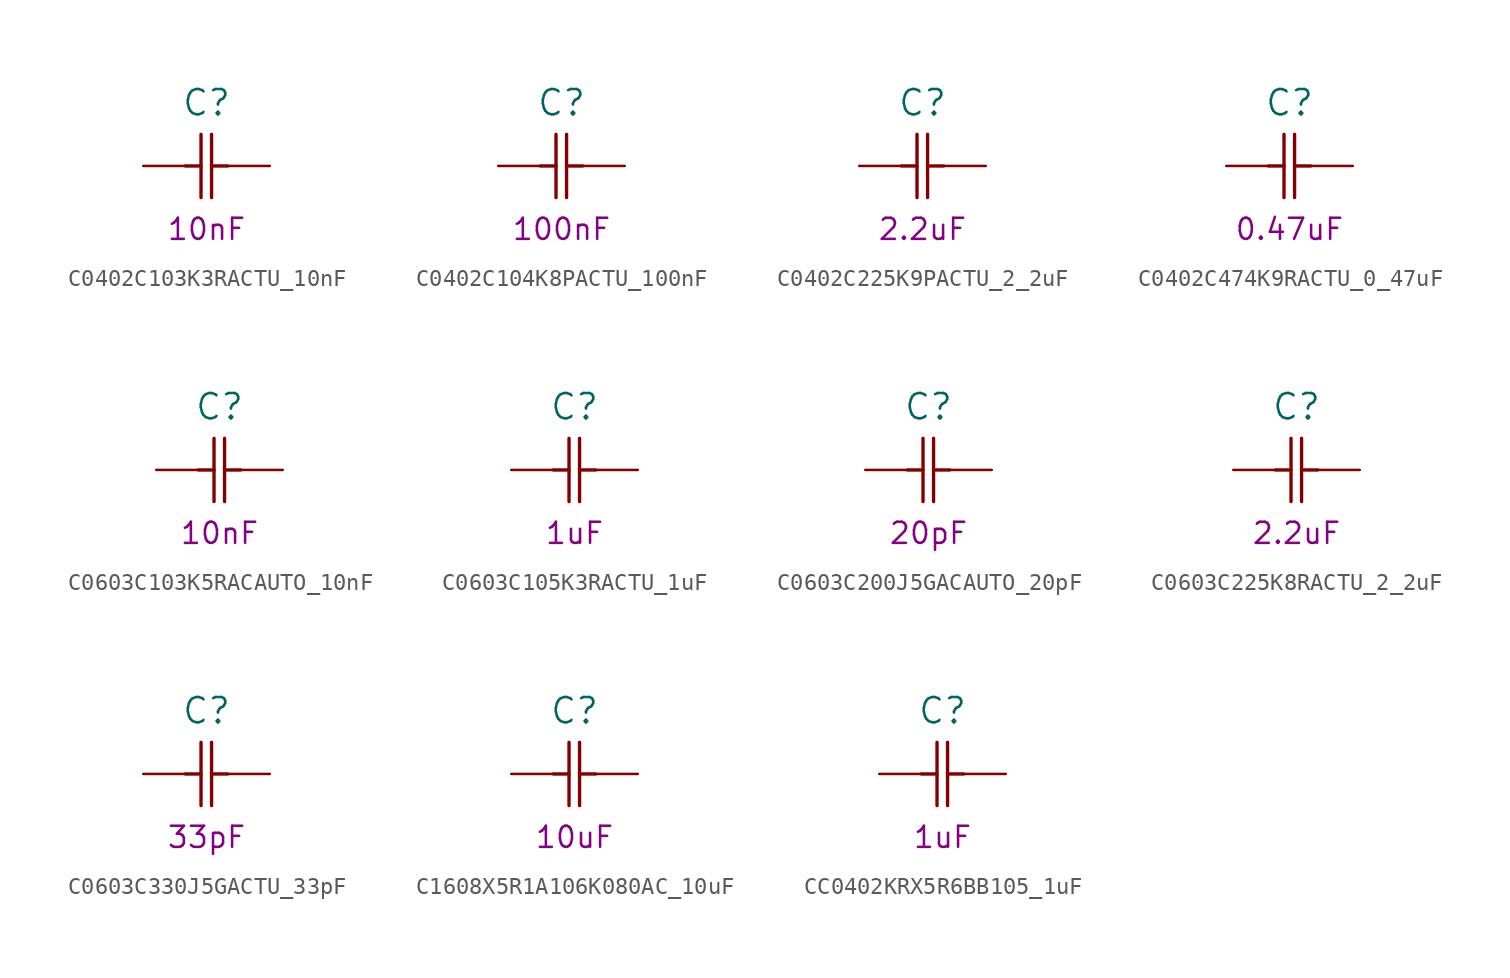
<source format=kicad_sym>
(kicad_symbol_lib
  (version 20211014)
  (generator kicad_symbol_editor)
  (symbol "C0402C103K3RACTU_10nF"
    (pin_numbers hide)
    (pin_names
      (offset 1.651) hide)
    (property "Reference" "C"
      (at 3.81 3.81 0)
      (effects (font (size 1.524 1.524))))
    (property "Datasheet" ""
      (at 0 0 0)
      (effects (font (size 1.524 1.524))))
    (property "Valeur" "10nF"
      (at 3.81 -3.81 0)
      (effects (font (size 1.27 1.27))))
    (symbol "C0402C103K3RACTU_10nF_1_1"
      (polyline (pts (xy 2.54 0) (xy 3.48 0)) (stroke (width 0.203) (type default) (color 0 0 0 0)) (fill (type none)))
      (polyline (pts (xy 3.48 -1.905) (xy 3.48 1.905)) (stroke (width 0.203) (type default) (color 0 0 0 0)) (fill (type none)))
      (polyline (pts (xy 4.115 -1.905) (xy 4.115 1.905)) (stroke (width 0.203) (type default) (color 0 0 0 0)) (fill (type none)))
      (polyline (pts (xy 4.115 0) (xy 5.08 0)) (stroke (width 0.203) (type default) (color 0 0 0 0)) (fill (type none)))
      (pin unspecified line (at 0 0 0) (length 2.54) (name "1" (effects (font (size 1.499 1.499)))) (number "1" (effects (font (size 1.499 1.499)))))
      (pin unspecified line (at 7.62 0 180) (length 2.54) (name "2" (effects (font (size 1.499 1.499)))) (number "2" (effects (font (size 1.499 1.499)))))))
  (symbol "C0402C104K8PACTU_100nF"
    (pin_numbers hide)
    (pin_names
      (offset 1.651) hide)
    (property "Reference" "C"
      (at 3.81 3.81 0)
      (effects (font (size 1.524 1.524))))
    (property "Valeur" "100nF"
      (at 3.81 -3.81 0)
      (effects (font (size 1.27 1.27))))
    (symbol "C0402C104K8PACTU_100nF_1_1"
      (polyline (pts (xy 2.54 0) (xy 3.48 0)) (stroke (width 0.203) (type default) (color 0 0 0 0)) (fill (type none)))
      (polyline (pts (xy 3.48 -1.905) (xy 3.48 1.905)) (stroke (width 0.203) (type default) (color 0 0 0 0)) (fill (type none)))
      (polyline (pts (xy 4.115 -1.905) (xy 4.115 1.905)) (stroke (width 0.203) (type default) (color 0 0 0 0)) (fill (type none)))
      (polyline (pts (xy 4.115 0) (xy 5.08 0)) (stroke (width 0.203) (type default) (color 0 0 0 0)) (fill (type none)))
      (pin unspecified line (at 0 0 0) (length 2.54) (name "1" (effects (font (size 1.499 1.499)))) (number "1" (effects (font (size 1.499 1.499)))))
      (pin unspecified line (at 7.62 0 180) (length 2.54) (name "2" (effects (font (size 1.499 1.499)))) (number "2" (effects (font (size 1.499 1.499)))))))
  (symbol "C0402C225K9PACTU_2_2uF"
    (pin_numbers hide)
    (pin_names
      (offset 1.651) hide)
    (property "Reference" "C"
      (at 3.81 3.81 0)
      (effects (font (size 1.524 1.524))))
    (property "Valeur" "2.2uF"
      (at 3.81 -3.81 0)
      (effects (font (size 1.27 1.27))))
    (symbol "C0402C225K9PACTU_2_2uF_1_1"
      (polyline (pts (xy 2.54 0) (xy 3.48 0)) (stroke (width 0.203) (type default) (color 0 0 0 0)) (fill (type none)))
      (polyline (pts (xy 3.48 -1.905) (xy 3.48 1.905)) (stroke (width 0.203) (type default) (color 0 0 0 0)) (fill (type none)))
      (polyline (pts (xy 4.115 -1.905) (xy 4.115 1.905)) (stroke (width 0.203) (type default) (color 0 0 0 0)) (fill (type none)))
      (polyline (pts (xy 4.115 0) (xy 5.08 0)) (stroke (width 0.203) (type default) (color 0 0 0 0)) (fill (type none)))
      (pin unspecified line (at 0 0 0) (length 2.54) (name "1" (effects (font (size 1.499 1.499)))) (number "1" (effects (font (size 1.499 1.499)))))
      (pin unspecified line (at 7.62 0 180) (length 2.54) (name "2" (effects (font (size 1.499 1.499)))) (number "2" (effects (font (size 1.499 1.499)))))))
  (symbol "C0402C474K9RACTU_0_47uF"
    (pin_numbers hide)
    (pin_names
      (offset 1.651) hide)
    (property "Reference" "C"
      (at 3.81 3.81 0)
      (effects (font (size 1.524 1.524))))
    (property "Valeur" "0.47uF"
      (at 3.81 -3.81 0)
      (effects (font (size 1.27 1.27))))
    (symbol "C0402C474K9RACTU_0_47uF_1_1"
      (polyline (pts (xy 2.54 0) (xy 3.48 0)) (stroke (width 0.203) (type default) (color 0 0 0 0)) (fill (type none)))
      (polyline (pts (xy 3.48 -1.905) (xy 3.48 1.905)) (stroke (width 0.203) (type default) (color 0 0 0 0)) (fill (type none)))
      (polyline (pts (xy 4.115 -1.905) (xy 4.115 1.905)) (stroke (width 0.203) (type default) (color 0 0 0 0)) (fill (type none)))
      (polyline (pts (xy 4.115 0) (xy 5.08 0)) (stroke (width 0.203) (type default) (color 0 0 0 0)) (fill (type none)))
      (pin unspecified line (at 0 0 0) (length 2.54) (name "1" (effects (font (size 1.499 1.499)))) (number "1" (effects (font (size 1.499 1.499)))))
      (pin unspecified line (at 7.62 0 180) (length 2.54) (name "2" (effects (font (size 1.499 1.499)))) (number "2" (effects (font (size 1.499 1.499)))))))
  (symbol "C0603C103K5RACAUTO_10nF"
    (pin_numbers hide)
    (pin_names
      (offset 1.651) hide)
    (property "Reference" "C"
      (at 3.81 3.81 0)
      (effects (font (size 1.524 1.524))))
    (property "Valeur" "10nF"
      (at 3.81 -3.81 0)
      (effects (font (size 1.27 1.27))))
    (symbol "C0603C103K5RACAUTO_10nF_1_1"
      (polyline (pts (xy 2.54 0) (xy 3.48 0)) (stroke (width 0.203) (type default) (color 0 0 0 0)) (fill (type none)))
      (polyline (pts (xy 3.48 -1.905) (xy 3.48 1.905)) (stroke (width 0.203) (type default) (color 0 0 0 0)) (fill (type none)))
      (polyline (pts (xy 4.115 -1.905) (xy 4.115 1.905)) (stroke (width 0.203) (type default) (color 0 0 0 0)) (fill (type none)))
      (polyline (pts (xy 4.115 0) (xy 5.08 0)) (stroke (width 0.203) (type default) (color 0 0 0 0)) (fill (type none)))
      (pin unspecified line (at 0 0 0) (length 2.54) (name "1" (effects (font (size 1.499 1.499)))) (number "1" (effects (font (size 1.499 1.499)))))
      (pin unspecified line (at 7.62 0 180) (length 2.54) (name "2" (effects (font (size 1.499 1.499)))) (number "2" (effects (font (size 1.499 1.499)))))))
  (symbol "C0603C105K3RACTU_1uF"
    (pin_numbers hide)
    (pin_names
      (offset 1.651) hide)
    (property "Reference" "C"
      (at 3.81 3.81 0)
      (effects (font (size 1.524 1.524))))
    (property "Valeur" "1uF"
      (at 3.81 -3.81 0)
      (effects (font (size 1.27 1.27))))
    (symbol "C0603C105K3RACTU_1uF_1_1"
      (polyline (pts (xy 2.54 0) (xy 3.48 0)) (stroke (width 0.203) (type default) (color 0 0 0 0)) (fill (type none)))
      (polyline (pts (xy 3.48 -1.905) (xy 3.48 1.905)) (stroke (width 0.203) (type default) (color 0 0 0 0)) (fill (type none)))
      (polyline (pts (xy 4.115 -1.905) (xy 4.115 1.905)) (stroke (width 0.203) (type default) (color 0 0 0 0)) (fill (type none)))
      (polyline (pts (xy 4.115 0) (xy 5.08 0)) (stroke (width 0.203) (type default) (color 0 0 0 0)) (fill (type none)))
      (pin unspecified line (at 0 0 0) (length 2.54) (name "1" (effects (font (size 1.499 1.499)))) (number "1" (effects (font (size 1.499 1.499)))))
      (pin unspecified line (at 7.62 0 180) (length 2.54) (name "2" (effects (font (size 1.499 1.499)))) (number "2" (effects (font (size 1.499 1.499)))))))
  (symbol "C0603C200J5GACAUTO_20pF"
    (pin_numbers hide)
    (pin_names
      (offset 1.651) hide)
    (property "Reference" "C"
      (at 3.81 3.81 0)
      (effects (font (size 1.524 1.524))))
    (property "Valeur" "20pF"
      (at 3.81 -3.81 0)
      (effects (font (size 1.27 1.27))))
    (symbol "C0603C200J5GACAUTO_20pF_1_1"
      (polyline (pts (xy 2.54 0) (xy 3.48 0)) (stroke (width 0.203) (type default) (color 0 0 0 0)) (fill (type none)))
      (polyline (pts (xy 3.48 -1.905) (xy 3.48 1.905)) (stroke (width 0.203) (type default) (color 0 0 0 0)) (fill (type none)))
      (polyline (pts (xy 4.115 -1.905) (xy 4.115 1.905)) (stroke (width 0.203) (type default) (color 0 0 0 0)) (fill (type none)))
      (polyline (pts (xy 4.115 0) (xy 5.08 0)) (stroke (width 0.203) (type default) (color 0 0 0 0)) (fill (type none)))
      (pin unspecified line (at 0 0 0) (length 2.54) (name "1" (effects (font (size 1.499 1.499)))) (number "1" (effects (font (size 1.499 1.499)))))
      (pin unspecified line (at 7.62 0 180) (length 2.54) (name "2" (effects (font (size 1.499 1.499)))) (number "2" (effects (font (size 1.499 1.499)))))))
  (symbol "C0603C225K8RACTU_2_2uF"
    (pin_numbers hide)
    (pin_names
      (offset 1.651) hide)
    (property "Reference" "C"
      (at 3.81 3.81 0)
      (effects (font (size 1.524 1.524))))
    (property "Valeur" "2.2uF"
      (at 3.81 -3.81 0)
      (effects (font (size 1.27 1.27))))
    (symbol "C0603C225K8RACTU_2_2uF_1_1"
      (polyline (pts (xy 2.54 0) (xy 3.48 0)) (stroke (width 0.203) (type default) (color 0 0 0 0)) (fill (type none)))
      (polyline (pts (xy 3.48 -1.905) (xy 3.48 1.905)) (stroke (width 0.203) (type default) (color 0 0 0 0)) (fill (type none)))
      (polyline (pts (xy 4.115 -1.905) (xy 4.115 1.905)) (stroke (width 0.203) (type default) (color 0 0 0 0)) (fill (type none)))
      (polyline (pts (xy 4.115 0) (xy 5.08 0)) (stroke (width 0.203) (type default) (color 0 0 0 0)) (fill (type none)))
      (pin unspecified line (at 0 0 0) (length 2.54) (name "1" (effects (font (size 1.499 1.499)))) (number "1" (effects (font (size 1.499 1.499)))))
      (pin unspecified line (at 7.62 0 180) (length 2.54) (name "2" (effects (font (size 1.499 1.499)))) (number "2" (effects (font (size 1.499 1.499)))))))
  (symbol "C0603C330J5GACTU_33pF"
    (pin_numbers hide)
    (pin_names
      (offset 1.651) hide)
    (property "Reference" "C"
      (at 3.81 3.81 0)
      (effects (font (size 1.524 1.524))))
    (property "Valeur" "33pF"
      (at 3.81 -3.81 0)
      (effects (font (size 1.27 1.27))))
    (symbol "C0603C330J5GACTU_33pF_1_1"
      (polyline (pts (xy 2.54 0) (xy 3.48 0)) (stroke (width 0.203) (type default) (color 0 0 0 0)) (fill (type none)))
      (polyline (pts (xy 3.48 -1.905) (xy 3.48 1.905)) (stroke (width 0.203) (type default) (color 0 0 0 0)) (fill (type none)))
      (polyline (pts (xy 4.115 -1.905) (xy 4.115 1.905)) (stroke (width 0.203) (type default) (color 0 0 0 0)) (fill (type none)))
      (polyline (pts (xy 4.115 0) (xy 5.08 0)) (stroke (width 0.203) (type default) (color 0 0 0 0)) (fill (type none)))
      (pin unspecified line (at 0 0 0) (length 2.54) (name "1" (effects (font (size 1.499 1.499)))) (number "1" (effects (font (size 1.499 1.499)))))
      (pin unspecified line (at 7.62 0 180) (length 2.54) (name "2" (effects (font (size 1.499 1.499)))) (number "2" (effects (font (size 1.499 1.499)))))))
  (symbol "C1608X5R1A106K080AC_10uF"
    (pin_numbers hide)
    (pin_names
      (offset 1.651) hide)
    (property "Reference" "C"
      (at 3.81 3.81 0)
      (effects (font (size 1.524 1.524))))
    (property "Valeur" "10uF"
      (at 3.81 -3.81 0)
      (effects (font (size 1.27 1.27))))
    (symbol "C1608X5R1A106K080AC_10uF_1_1"
      (polyline (pts (xy 2.54 0) (xy 3.48 0)) (stroke (width 0.203) (type default) (color 0 0 0 0)) (fill (type none)))
      (polyline (pts (xy 3.48 -1.905) (xy 3.48 1.905)) (stroke (width 0.203) (type default) (color 0 0 0 0)) (fill (type none)))
      (polyline (pts (xy 4.115 -1.905) (xy 4.115 1.905)) (stroke (width 0.203) (type default) (color 0 0 0 0)) (fill (type none)))
      (polyline (pts (xy 4.115 0) (xy 5.08 0)) (stroke (width 0.203) (type default) (color 0 0 0 0)) (fill (type none)))
      (pin unspecified line (at 0 0 0) (length 2.54) (name "1" (effects (font (size 1.499 1.499)))) (number "1" (effects (font (size 1.499 1.499)))))
      (pin unspecified line (at 7.62 0 180) (length 2.54) (name "2" (effects (font (size 1.499 1.499)))) (number "2" (effects (font (size 1.499 1.499)))))))
  (symbol "CC0402KRX5R6BB105_1uF"
    (pin_numbers hide)
    (pin_names
      (offset 1.651) hide)
    (property "Reference" "C"
      (at 3.81 3.81 0)
      (effects (font (size 1.524 1.524))))
    (property "Valeur" "1uF"
      (at 3.81 -3.81 0)
      (effects (font (size 1.27 1.27))))
    (symbol "CC0402KRX5R6BB105_1uF_1_1"
      (polyline (pts (xy 2.54 0) (xy 3.48 0)) (stroke (width 0.203) (type default) (color 0 0 0 0)) (fill (type none)))
      (polyline (pts (xy 3.48 -1.905) (xy 3.48 1.905)) (stroke (width 0.203) (type default) (color 0 0 0 0)) (fill (type none)))
      (polyline (pts (xy 4.115 -1.905) (xy 4.115 1.905)) (stroke (width 0.203) (type default) (color 0 0 0 0)) (fill (type none)))
      (polyline (pts (xy 4.115 0) (xy 5.08 0)) (stroke (width 0.203) (type default) (color 0 0 0 0)) (fill (type none)))
      (pin unspecified line (at 0 0 0) (length 2.54) (name "1" (effects (font (size 1.499 1.499)))) (number "1" (effects (font (size 1.499 1.499)))))
      (pin unspecified line (at 7.62 0 180) (length 2.54) (name "2" (effects (font (size 1.499 1.499)))) (number "2" (effects (font (size 1.499 1.499))))))))
</source>
